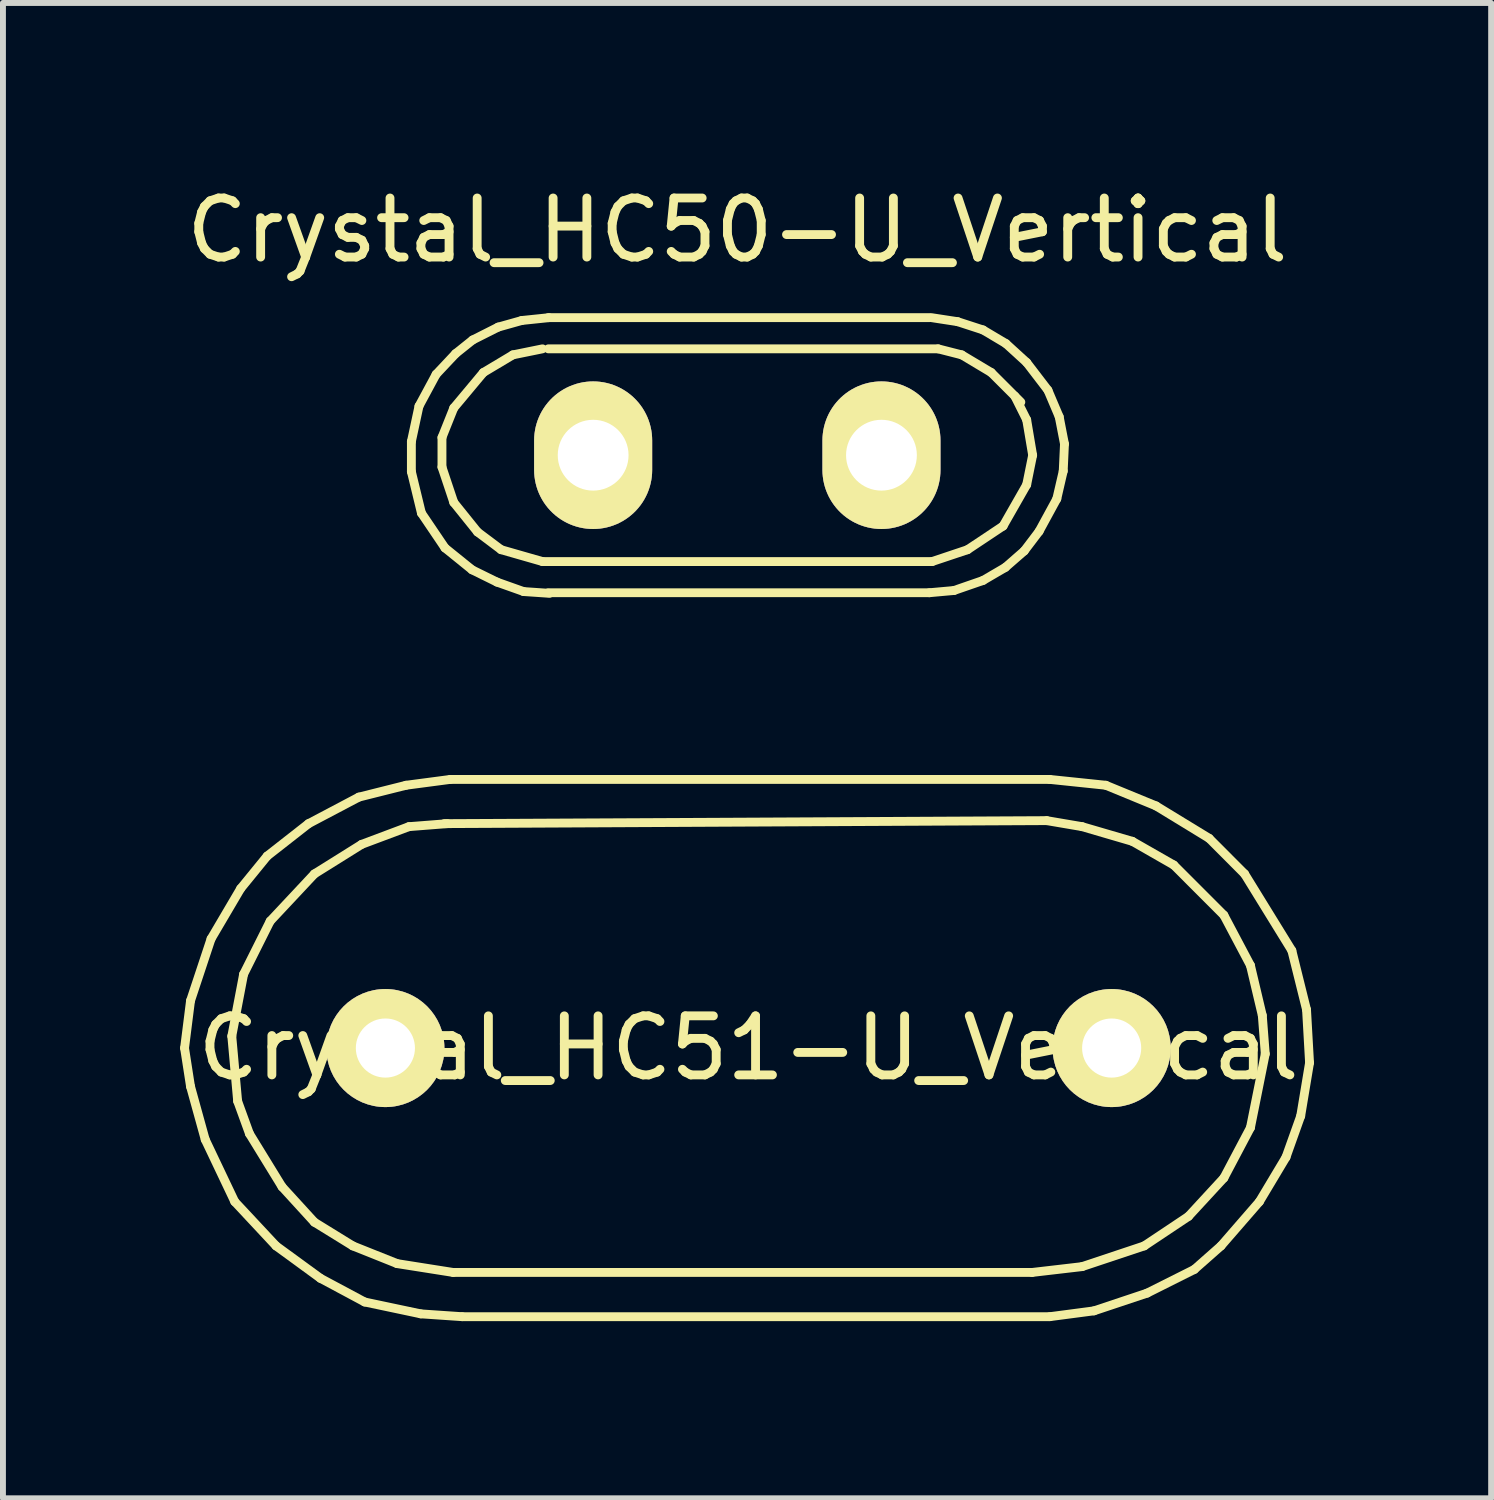
<source format=kicad_pcb>
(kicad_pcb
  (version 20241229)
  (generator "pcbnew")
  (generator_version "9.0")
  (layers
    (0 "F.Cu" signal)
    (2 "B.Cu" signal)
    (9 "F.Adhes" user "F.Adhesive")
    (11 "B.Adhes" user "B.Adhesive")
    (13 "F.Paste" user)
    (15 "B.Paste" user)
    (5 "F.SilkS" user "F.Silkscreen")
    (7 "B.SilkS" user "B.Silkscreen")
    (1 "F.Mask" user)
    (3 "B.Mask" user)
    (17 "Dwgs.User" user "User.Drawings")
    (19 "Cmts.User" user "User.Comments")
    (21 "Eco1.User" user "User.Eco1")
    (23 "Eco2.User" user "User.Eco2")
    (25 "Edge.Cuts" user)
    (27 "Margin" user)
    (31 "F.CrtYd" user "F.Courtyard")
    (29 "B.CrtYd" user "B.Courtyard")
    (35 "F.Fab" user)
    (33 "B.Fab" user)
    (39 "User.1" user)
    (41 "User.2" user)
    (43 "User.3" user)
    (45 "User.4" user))
  (footprint "Crystal_HC51-U_Vertical"
    (layer "F.Cu")
    (at 9.625 14.697)
    (property "Reference" "Crystal_HC51-U_Vertical" (at 0 0 0) (layer "F.SilkS") (effects (font (size 1 1) (thickness 0.15))))
    (attr through_hole)
    (fp_line (start -9.55 0) (end -9.449 -0.8) (stroke (width 0.15) (type solid)) (layer "F.SilkS"))
    (fp_line (start -9.449 -0.8) (end -9.101 -1.849) (stroke (width 0.15) (type solid)) (layer "F.SilkS"))
    (fp_line (start -9.449 0.65) (end -9.55 0) (stroke (width 0.15) (type solid)) (layer "F.SilkS"))
    (fp_line (start -9.2 1.549) (end -9.449 0.65) (stroke (width 0.15) (type solid)) (layer "F.SilkS"))
    (fp_line (start -9.101 -1.849) (end -8.6 -2.7) (stroke (width 0.15) (type solid)) (layer "F.SilkS"))
    (fp_line (start -8.75 -0.201) (end -8.55 -1.25) (stroke (width 0.15) (type solid)) (layer "F.SilkS"))
    (fp_line (start -8.7 2.601) (end -9.2 1.549) (stroke (width 0.15) (type solid)) (layer "F.SilkS"))
    (fp_line (start -8.651 0.899) (end -8.75 -0.201) (stroke (width 0.15) (type solid)) (layer "F.SilkS"))
    (fp_line (start -8.6 -2.7) (end -8.151 -3.251) (stroke (width 0.15) (type solid)) (layer "F.SilkS"))
    (fp_line (start -8.55 -1.25) (end -8.1 -2.149) (stroke (width 0.15) (type solid)) (layer "F.SilkS"))
    (fp_line (start -8.451 1.45) (end -8.651 0.899) (stroke (width 0.15) (type solid)) (layer "F.SilkS"))
    (fp_line (start -8.151 -3.251) (end -7.45 -3.8) (stroke (width 0.15) (type solid)) (layer "F.SilkS"))
    (fp_line (start -8.1 -2.149) (end -7.351 -2.949) (stroke (width 0.15) (type solid)) (layer "F.SilkS"))
    (fp_line (start -8.001 3.35) (end -8.7 2.601) (stroke (width 0.15) (type solid)) (layer "F.SilkS"))
    (fp_line (start -7.899 2.349) (end -8.451 1.45) (stroke (width 0.15) (type solid)) (layer "F.SilkS"))
    (fp_line (start -7.45 -3.8) (end -6.599 -4.249) (stroke (width 0.15) (type solid)) (layer "F.SilkS"))
    (fp_line (start -7.351 -2.949) (end -6.551 -3.449) (stroke (width 0.15) (type solid)) (layer "F.SilkS"))
    (fp_line (start -7.351 2.949) (end -7.899 2.349) (stroke (width 0.15) (type solid)) (layer "F.SilkS"))
    (fp_line (start -7.249 3.899) (end -8.001 3.35) (stroke (width 0.15) (type solid)) (layer "F.SilkS"))
    (fp_line (start -6.701 3.35) (end -7.351 2.949) (stroke (width 0.15) (type solid)) (layer "F.SilkS"))
    (fp_line (start -6.599 -4.249) (end -5.799 -4.45) (stroke (width 0.15) (type solid)) (layer "F.SilkS"))
    (fp_line (start -6.551 -3.449) (end -5.751 -3.749) (stroke (width 0.15) (type solid)) (layer "F.SilkS"))
    (fp_line (start -6.5 4.3) (end -7.249 3.899) (stroke (width 0.15) (type solid)) (layer "F.SilkS"))
    (fp_line (start -5.951 3.65) (end -6.701 3.35) (stroke (width 0.15) (type solid)) (layer "F.SilkS"))
    (fp_line (start -5.799 -4.45) (end -5.05 -4.549) (stroke (width 0.15) (type solid)) (layer "F.SilkS"))
    (fp_line (start -5.751 -3.749) (end -5.1 -3.8) (stroke (width 0.15) (type solid)) (layer "F.SilkS"))
    (fp_line (start -5.55 4.501) (end -6.5 4.3) (stroke (width 0.15) (type solid)) (layer "F.SilkS"))
    (fp_line (start -5.151 -3.8) (end 5.05 -3.851) (stroke (width 0.15) (type solid)) (layer "F.SilkS"))
    (fp_line (start -5.05 -4.549) (end 5.1 -4.549) (stroke (width 0.15) (type solid)) (layer "F.SilkS"))
    (fp_line (start -5.001 3.8) (end -5.951 3.65) (stroke (width 0.15) (type solid)) (layer "F.SilkS"))
    (fp_line (start -4.849 4.549) (end -5.55 4.501) (stroke (width 0.15) (type solid)) (layer "F.SilkS"))
    (fp_line (start 4.801 3.8) (end -5.001 3.8) (stroke (width 0.15) (type solid)) (layer "F.SilkS"))
    (fp_line (start 5.05 -3.851) (end 5.649 -3.749) (stroke (width 0.15) (type solid)) (layer "F.SilkS"))
    (fp_line (start 5.1 -4.549) (end 6.05 -4.45) (stroke (width 0.15) (type solid)) (layer "F.SilkS"))
    (fp_line (start 5.1 4.549) (end -4.849 4.549) (stroke (width 0.15) (type solid)) (layer "F.SilkS"))
    (fp_line (start 5.649 -3.749) (end 6.5 -3.5) (stroke (width 0.15) (type solid)) (layer "F.SilkS"))
    (fp_line (start 5.649 3.701) (end 4.801 3.8) (stroke (width 0.15) (type solid)) (layer "F.SilkS"))
    (fp_line (start 5.85 4.45) (end 5.1 4.549) (stroke (width 0.15) (type solid)) (layer "F.SilkS"))
    (fp_line (start 6.05 -4.45) (end 6.901 -4.1) (stroke (width 0.15) (type solid)) (layer "F.SilkS"))
    (fp_line (start 6.5 -3.5) (end 7.201 -3.099) (stroke (width 0.15) (type solid)) (layer "F.SilkS"))
    (fp_line (start 6.701 3.35) (end 5.649 3.701) (stroke (width 0.15) (type solid)) (layer "F.SilkS"))
    (fp_line (start 6.749 4.15) (end 5.85 4.45) (stroke (width 0.15) (type solid)) (layer "F.SilkS"))
    (fp_line (start 6.901 -4.1) (end 7.8 -3.551) (stroke (width 0.15) (type solid)) (layer "F.SilkS"))
    (fp_line (start 7.201 -3.099) (end 8.049 -2.25) (stroke (width 0.15) (type solid)) (layer "F.SilkS"))
    (fp_line (start 7.45 2.85) (end 6.701 3.35) (stroke (width 0.15) (type solid)) (layer "F.SilkS"))
    (fp_line (start 7.549 3.749) (end 6.749 4.15) (stroke (width 0.15) (type solid)) (layer "F.SilkS"))
    (fp_line (start 7.8 -3.551) (end 8.4 -2.949) (stroke (width 0.15) (type solid)) (layer "F.SilkS"))
    (fp_line (start 8.001 3.35) (end 7.549 3.749) (stroke (width 0.15) (type solid)) (layer "F.SilkS"))
    (fp_line (start 8.049 -2.25) (end 8.499 -1.4) (stroke (width 0.15) (type solid)) (layer "F.SilkS"))
    (fp_line (start 8.049 2.2) (end 7.45 2.85) (stroke (width 0.15) (type solid)) (layer "F.SilkS"))
    (fp_line (start 8.4 -2.949) (end 9.2 -1.651) (stroke (width 0.15) (type solid)) (layer "F.SilkS"))
    (fp_line (start 8.499 -1.4) (end 8.7 -0.551) (stroke (width 0.15) (type solid)) (layer "F.SilkS"))
    (fp_line (start 8.499 1.349) (end 8.049 2.2) (stroke (width 0.15) (type solid)) (layer "F.SilkS"))
    (fp_line (start 8.651 2.601) (end 8.001 3.35) (stroke (width 0.15) (type solid)) (layer "F.SilkS"))
    (fp_line (start 8.7 -0.551) (end 8.75 0.099) (stroke (width 0.15) (type solid)) (layer "F.SilkS"))
    (fp_line (start 8.75 0.099) (end 8.499 1.349) (stroke (width 0.15) (type solid)) (layer "F.SilkS"))
    (fp_line (start 9.101 1.849) (end 8.651 2.601) (stroke (width 0.15) (type solid)) (layer "F.SilkS"))
    (fp_line (start 9.2 -1.651) (end 9.449 -0.65) (stroke (width 0.15) (type solid)) (layer "F.SilkS"))
    (fp_line (start 9.35 1.151) (end 9.101 1.849) (stroke (width 0.15) (type solid)) (layer "F.SilkS"))
    (fp_line (start 9.449 -0.65) (end 9.5 0.249) (stroke (width 0.15) (type solid)) (layer "F.SilkS"))
    (fp_line (start 9.5 0.249) (end 9.35 1.151) (stroke (width 0.15) (type solid)) (layer "F.SilkS"))
    (pad "1" thru_hole circle (at -6.149 0) (size 1.999 1.999) (drill 1.001) (layers "*.Cu" "*.Mask" "F.SilkS"))
    (pad "2" thru_hole circle (at 6.149 0) (size 1.999 1.999) (drill 1.001) (layers "*.Cu" "*.Mask" "F.SilkS")))
  (footprint "Crystal_HC50-U_Vertical"
    (layer "F.Cu")
    (at 9.435 4.658)
    (property "Reference" "Crystal_HC50-U_Vertical" (at 0 -3.81 0) (layer "F.SilkS") (effects (font (size 1 1) (thickness 0.15))))
    (attr through_hole)
    (fp_line (start -5.519 -0.231) (end -5.519 0.279) (stroke (width 0.15) (type solid)) (layer "F.SilkS"))
    (fp_line (start -5.519 0.279) (end -5.349 0.98) (stroke (width 0.15) (type solid)) (layer "F.SilkS"))
    (fp_line (start -5.39 -0.831) (end -5.519 -0.231) (stroke (width 0.15) (type solid)) (layer "F.SilkS"))
    (fp_line (start -5.349 0.98) (end -4.95 1.57) (stroke (width 0.15) (type solid)) (layer "F.SilkS"))
    (fp_line (start -5.1 -1.369) (end -5.39 -0.831) (stroke (width 0.15) (type solid)) (layer "F.SilkS"))
    (fp_line (start -5.001 -0.3) (end -4.801 -0.8) (stroke (width 0.15) (type solid)) (layer "F.SilkS"))
    (fp_line (start -5.001 0.201) (end -5.001 -0.3) (stroke (width 0.15) (type solid)) (layer "F.SilkS"))
    (fp_line (start -4.95 1.57) (end -4.491 1.941) (stroke (width 0.15) (type solid)) (layer "F.SilkS"))
    (fp_line (start -4.801 -0.8) (end -4.3 -1.4) (stroke (width 0.15) (type solid)) (layer "F.SilkS"))
    (fp_line (start -4.801 0.8) (end -5.001 0.201) (stroke (width 0.15) (type solid)) (layer "F.SilkS"))
    (fp_line (start -4.77 -1.72) (end -5.1 -1.369) (stroke (width 0.15) (type solid)) (layer "F.SilkS"))
    (fp_line (start -4.491 1.941) (end -4.069 2.149) (stroke (width 0.15) (type solid)) (layer "F.SilkS"))
    (fp_line (start -4.481 -1.951) (end -4.77 -1.72) (stroke (width 0.15) (type solid)) (layer "F.SilkS"))
    (fp_line (start -4.399 1.3) (end -4.801 0.8) (stroke (width 0.15) (type solid)) (layer "F.SilkS"))
    (fp_line (start -4.3 -1.4) (end -3.8 -1.699) (stroke (width 0.15) (type solid)) (layer "F.SilkS"))
    (fp_line (start -4.069 2.149) (end -3.619 2.309) (stroke (width 0.15) (type solid)) (layer "F.SilkS"))
    (fp_line (start -4.049 -2.169) (end -4.481 -1.951) (stroke (width 0.15) (type solid)) (layer "F.SilkS"))
    (fp_line (start -4 1.6) (end -4.399 1.3) (stroke (width 0.15) (type solid)) (layer "F.SilkS"))
    (fp_line (start -3.8 -1.699) (end -3.299 -1.801) (stroke (width 0.15) (type solid)) (layer "F.SilkS"))
    (fp_line (start -3.65 -2.281) (end -4.049 -2.169) (stroke (width 0.15) (type solid)) (layer "F.SilkS"))
    (fp_line (start -3.619 2.309) (end -3.18 2.339) (stroke (width 0.15) (type solid)) (layer "F.SilkS"))
    (fp_line (start -3.299 1.801) (end -4 1.6) (stroke (width 0.15) (type solid)) (layer "F.SilkS"))
    (fp_line (start -3.2 -2.329) (end 3.251 -2.329) (stroke (width 0.15) (type solid)) (layer "F.SilkS"))
    (fp_line (start -3.2 -1.801) (end 3.401 -1.801) (stroke (width 0.15) (type solid)) (layer "F.SilkS"))
    (fp_line (start -3.2 2.329) (end 3.251 2.329) (stroke (width 0.15) (type solid)) (layer "F.SilkS"))
    (fp_line (start -3.19 -2.329) (end -3.65 -2.281) (stroke (width 0.15) (type solid)) (layer "F.SilkS"))
    (fp_line (start 3.251 2.329) (end 3.67 2.291) (stroke (width 0.15) (type solid)) (layer "F.SilkS"))
    (fp_line (start 3.299 1.801) (end -3.299 1.801) (stroke (width 0.15) (type solid)) (layer "F.SilkS"))
    (fp_line (start 3.401 -1.801) (end 3.8 -1.699) (stroke (width 0.15) (type solid)) (layer "F.SilkS"))
    (fp_line (start 3.67 2.291) (end 4.161 2.121) (stroke (width 0.15) (type solid)) (layer "F.SilkS"))
    (fp_line (start 3.731 -2.261) (end 3.289 -2.329) (stroke (width 0.15) (type solid)) (layer "F.SilkS"))
    (fp_line (start 3.8 -1.699) (end 4.3 -1.4) (stroke (width 0.15) (type solid)) (layer "F.SilkS"))
    (fp_line (start 3.899 1.6) (end 3.299 1.801) (stroke (width 0.15) (type solid)) (layer "F.SilkS"))
    (fp_line (start 4.161 -2.121) (end 3.731 -2.261) (stroke (width 0.15) (type solid)) (layer "F.SilkS"))
    (fp_line (start 4.161 2.121) (end 4.539 1.9) (stroke (width 0.15) (type solid)) (layer "F.SilkS"))
    (fp_line (start 4.3 -1.4) (end 4.801 -0.899) (stroke (width 0.15) (type solid)) (layer "F.SilkS"))
    (fp_line (start 4.501 1.199) (end 3.899 1.6) (stroke (width 0.15) (type solid)) (layer "F.SilkS"))
    (fp_line (start 4.539 1.9) (end 4.859 1.621) (stroke (width 0.15) (type solid)) (layer "F.SilkS"))
    (fp_line (start 4.549 -1.89) (end 4.161 -2.121) (stroke (width 0.15) (type solid)) (layer "F.SilkS"))
    (fp_line (start 4.699 -1.001) (end 4.9 -0.599) (stroke (width 0.15) (type solid)) (layer "F.SilkS"))
    (fp_line (start 4.859 1.621) (end 5.11 1.29) (stroke (width 0.15) (type solid)) (layer "F.SilkS"))
    (fp_line (start 4.9 -1.57) (end 4.549 -1.89) (stroke (width 0.15) (type solid)) (layer "F.SilkS"))
    (fp_line (start 4.9 -0.599) (end 5.001 0) (stroke (width 0.15) (type solid)) (layer "F.SilkS"))
    (fp_line (start 4.9 0.5) (end 4.501 1.199) (stroke (width 0.15) (type solid)) (layer "F.SilkS"))
    (fp_line (start 5.001 0) (end 4.9 0.5) (stroke (width 0.15) (type solid)) (layer "F.SilkS"))
    (fp_line (start 5.11 1.29) (end 5.41 0.739) (stroke (width 0.15) (type solid)) (layer "F.SilkS"))
    (fp_line (start 5.26 -1.1) (end 4.9 -1.57) (stroke (width 0.15) (type solid)) (layer "F.SilkS"))
    (fp_line (start 5.41 0.739) (end 5.519 0.269) (stroke (width 0.15) (type solid)) (layer "F.SilkS"))
    (fp_line (start 5.451 -0.65) (end 5.26 -1.1) (stroke (width 0.15) (type solid)) (layer "F.SilkS"))
    (fp_line (start 5.519 0.269) (end 5.54 -0.191) (stroke (width 0.15) (type solid)) (layer "F.SilkS"))
    (fp_line (start 5.54 -0.191) (end 5.451 -0.65) (stroke (width 0.15) (type solid)) (layer "F.SilkS"))
    (pad "1" thru_hole oval (at -2.441 0) (size 1.999 2.499) (drill 1.199) (layers "*.Cu" "*.Mask" "F.SilkS"))
    (pad "2" thru_hole oval (at 2.441 0) (size 1.999 2.499) (drill 1.199) (layers "*.Cu" "*.Mask" "F.SilkS")))
  (gr_rect
    (start -3 -3)
    (end 22.2 22.321)
    (stroke (width 0.1) (type default))
    (fill no)
    (layer "Edge.Cuts")))
</source>
